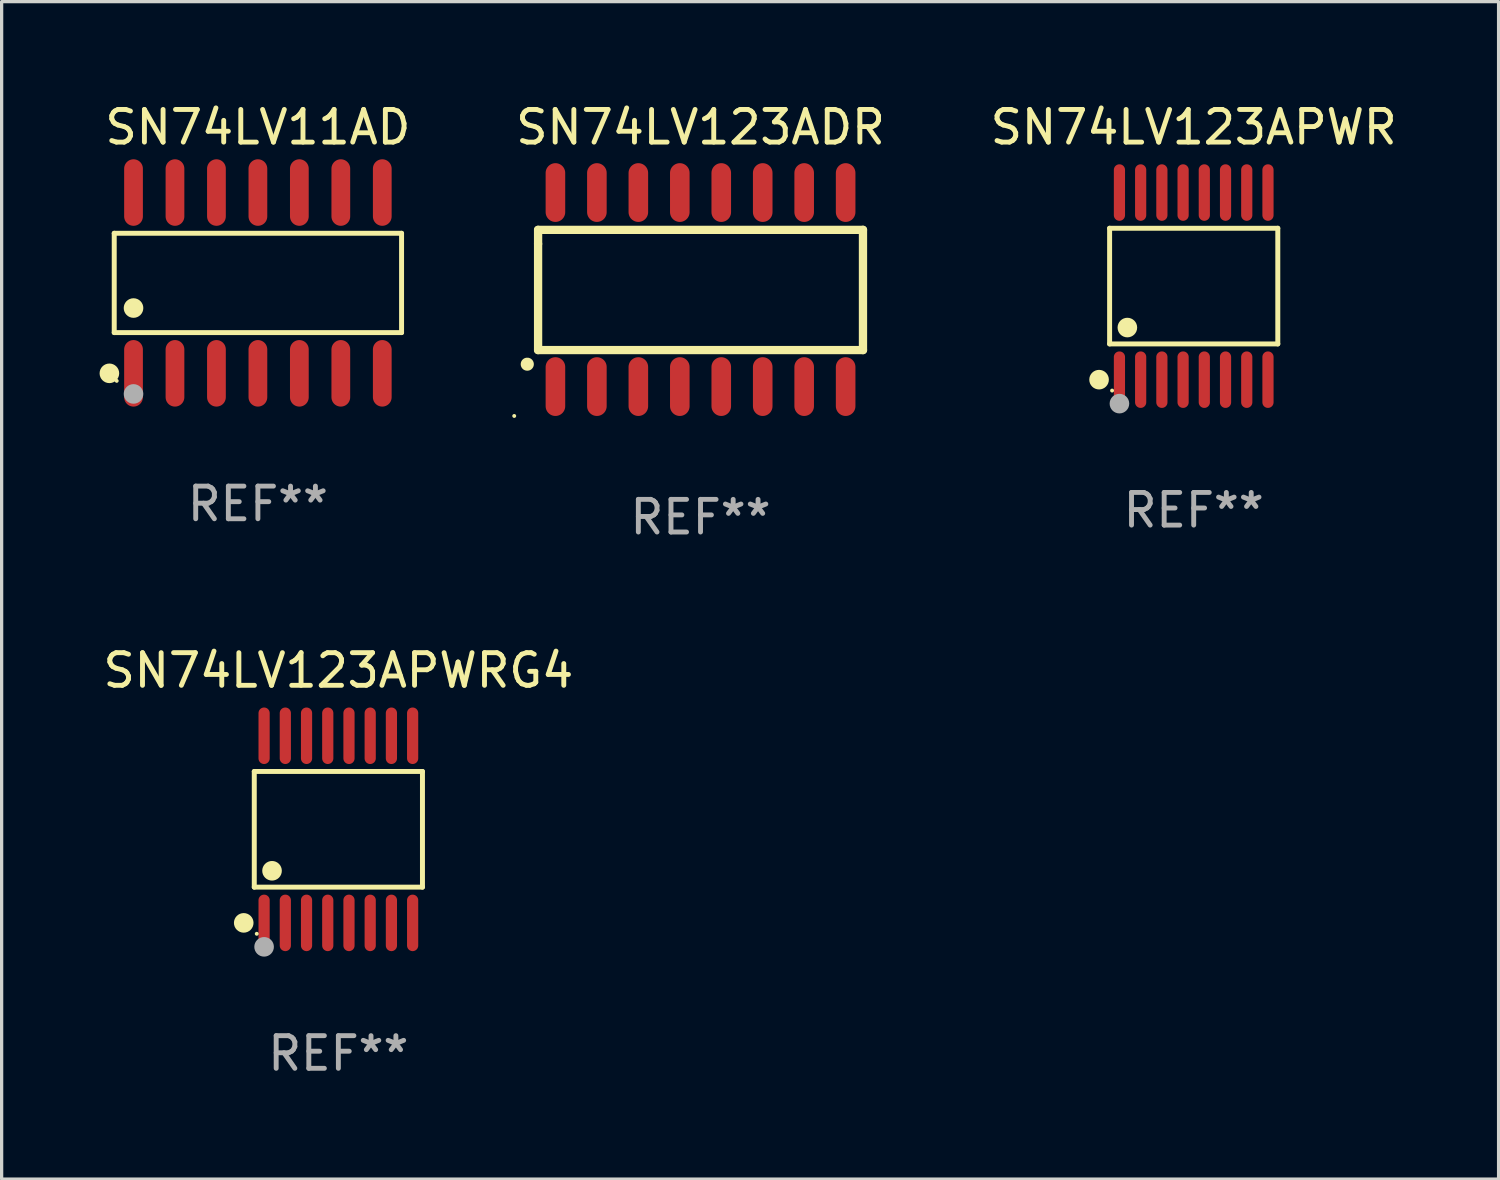
<source format=kicad_pcb>
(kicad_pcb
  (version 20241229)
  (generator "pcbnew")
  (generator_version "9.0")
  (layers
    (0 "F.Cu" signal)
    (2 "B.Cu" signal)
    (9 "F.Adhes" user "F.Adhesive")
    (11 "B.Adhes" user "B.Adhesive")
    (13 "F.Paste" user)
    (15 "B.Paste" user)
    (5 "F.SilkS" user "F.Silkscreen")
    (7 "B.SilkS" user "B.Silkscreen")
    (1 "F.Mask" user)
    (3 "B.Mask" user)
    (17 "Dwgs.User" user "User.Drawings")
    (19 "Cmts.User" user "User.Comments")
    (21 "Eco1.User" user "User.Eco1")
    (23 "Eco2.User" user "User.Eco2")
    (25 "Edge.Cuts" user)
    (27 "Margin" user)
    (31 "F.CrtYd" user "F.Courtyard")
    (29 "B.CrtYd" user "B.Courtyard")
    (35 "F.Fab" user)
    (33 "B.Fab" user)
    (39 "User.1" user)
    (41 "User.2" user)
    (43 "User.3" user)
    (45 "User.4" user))
  (footprint "SN74LV11AD"
    (layer "F.Cu")
    (at 4.85 5.617)
    (property "Reference" "SN74LV11AD" (at 0 -4.769 0) (layer "F.SilkS") (effects (font (size 1 1) (thickness 0.15))))
    (attr through_hole)
    (fp_line (start -4.401 -1.521) (end 4.401 -1.521) (stroke (width 0.152) (type solid)) (layer "F.SilkS"))
    (fp_line (start -4.401 1.521) (end -4.401 -1.521) (stroke (width 0.152) (type solid)) (layer "F.SilkS"))
    (fp_line (start 4.401 -1.521) (end 4.401 1.521) (stroke (width 0.152) (type solid)) (layer "F.SilkS"))
    (fp_line (start 4.401 1.521) (end -4.401 1.521) (stroke (width 0.152) (type solid)) (layer "F.SilkS"))
    (fp_circle (center -4.549 2.769) (end -4.399 2.769) (stroke (width 0.3) (type solid)) (fill no) (layer "F.SilkS"))
    (fp_circle (center -4.325 3) (end -4.295 3) (stroke (width 0.06) (type solid)) (fill no) (layer "F.SilkS"))
    (fp_circle (center -3.81 0.769) (end -3.66 0.769) (stroke (width 0.3) (type solid)) (fill no) (layer "F.SilkS"))
    (fp_circle (center -3.81 3.4) (end -3.66 3.4) (stroke (width 0.3) (type solid)) (fill no) (layer "F.Fab"))
    (fp_text user "REF**" (at 0 6.769 0) (layer "F.Fab") (effects (font (size 1 1) (thickness 0.15))))
    (pad "1" smd oval (at -3.81 2.769) (size 0.574 2.038) (layers "F.Cu" "F.Mask" "F.Paste"))
    (pad "2" smd oval (at -2.54 2.769) (size 0.574 2.038) (layers "F.Cu" "F.Mask" "F.Paste"))
    (pad "3" smd oval (at -1.27 2.769) (size 0.574 2.038) (layers "F.Cu" "F.Mask" "F.Paste"))
    (pad "4" smd oval (at 0 2.769) (size 0.574 2.038) (layers "F.Cu" "F.Mask" "F.Paste"))
    (pad "5" smd oval (at 1.27 2.769) (size 0.574 2.038) (layers "F.Cu" "F.Mask" "F.Paste"))
    (pad "6" smd oval (at 2.54 2.769) (size 0.574 2.038) (layers "F.Cu" "F.Mask" "F.Paste"))
    (pad "7" smd oval (at 3.81 2.769) (size 0.574 2.038) (layers "F.Cu" "F.Mask" "F.Paste"))
    (pad "8" smd oval (at 3.81 -2.769) (size 0.574 2.038) (layers "F.Cu" "F.Mask" "F.Paste"))
    (pad "9" smd oval (at 2.54 -2.769) (size 0.574 2.038) (layers "F.Cu" "F.Mask" "F.Paste"))
    (pad "10" smd oval (at 1.27 -2.769) (size 0.574 2.038) (layers "F.Cu" "F.Mask" "F.Paste"))
    (pad "11" smd oval (at 0 -2.769) (size 0.574 2.038) (layers "F.Cu" "F.Mask" "F.Paste"))
    (pad "12" smd oval (at -1.27 -2.769) (size 0.574 2.038) (layers "F.Cu" "F.Mask" "F.Paste"))
    (pad "13" smd oval (at -2.54 -2.769) (size 0.574 2.038) (layers "F.Cu" "F.Mask" "F.Paste"))
    (pad "14" smd oval (at -3.81 -2.769) (size 0.574 2.038) (layers "F.Cu" "F.Mask" "F.Paste")))
  (footprint "SN74LV123APWRG4"
    (layer "F.Cu")
    (at 7.315 22.354)
    (property "Reference" "SN74LV123APWRG4" (at 0 -4.866 0) (layer "F.SilkS") (effects (font (size 1 1) (thickness 0.15))))
    (attr through_hole)
    (fp_line (start -2.576 -1.772) (end 2.576 -1.772) (stroke (width 0.152) (type solid)) (layer "F.SilkS"))
    (fp_line (start -2.576 1.771) (end -2.576 -1.772) (stroke (width 0.152) (type solid)) (layer "F.SilkS"))
    (fp_line (start 2.576 -1.772) (end 2.576 1.771) (stroke (width 0.152) (type solid)) (layer "F.SilkS"))
    (fp_line (start 2.576 1.771) (end -2.576 1.771) (stroke (width 0.152) (type solid)) (layer "F.SilkS"))
    (fp_circle (center -2.899 2.866) (end -2.749 2.866) (stroke (width 0.3) (type solid)) (fill no) (layer "F.SilkS"))
    (fp_circle (center -2.5 3.2) (end -2.47 3.2) (stroke (width 0.06) (type solid)) (fill no) (layer "F.SilkS"))
    (fp_circle (center -2.032 1.27) (end -1.882 1.27) (stroke (width 0.3) (type solid)) (fill no) (layer "F.SilkS"))
    (fp_circle (center -2.275 3.6) (end -2.125 3.6) (stroke (width 0.3) (type solid)) (fill no) (layer "F.Fab"))
    (fp_text user "REF**" (at 0 6.866 0) (layer "F.Fab") (effects (font (size 1 1) (thickness 0.15))))
    (pad "1" smd oval (at -2.275 2.866) (size 0.343 1.731) (layers "F.Cu" "F.Mask" "F.Paste"))
    (pad "2" smd oval (at -1.625 2.866) (size 0.343 1.731) (layers "F.Cu" "F.Mask" "F.Paste"))
    (pad "3" smd oval (at -0.975 2.866) (size 0.343 1.731) (layers "F.Cu" "F.Mask" "F.Paste"))
    (pad "4" smd oval (at -0.325 2.866) (size 0.343 1.731) (layers "F.Cu" "F.Mask" "F.Paste"))
    (pad "5" smd oval (at 0.325 2.866) (size 0.343 1.731) (layers "F.Cu" "F.Mask" "F.Paste"))
    (pad "6" smd oval (at 0.975 2.866) (size 0.343 1.731) (layers "F.Cu" "F.Mask" "F.Paste"))
    (pad "7" smd oval (at 1.625 2.866) (size 0.343 1.731) (layers "F.Cu" "F.Mask" "F.Paste"))
    (pad "8" smd oval (at 2.275 2.866) (size 0.343 1.731) (layers "F.Cu" "F.Mask" "F.Paste"))
    (pad "9" smd oval (at 2.275 -2.866) (size 0.343 1.731) (layers "F.Cu" "F.Mask" "F.Paste"))
    (pad "10" smd oval (at 1.625 -2.866) (size 0.343 1.731) (layers "F.Cu" "F.Mask" "F.Paste"))
    (pad "11" smd oval (at 0.975 -2.866) (size 0.343 1.731) (layers "F.Cu" "F.Mask" "F.Paste"))
    (pad "12" smd oval (at 0.325 -2.866) (size 0.343 1.731) (layers "F.Cu" "F.Mask" "F.Paste"))
    (pad "13" smd oval (at -0.325 -2.866) (size 0.343 1.731) (layers "F.Cu" "F.Mask" "F.Paste"))
    (pad "14" smd oval (at -0.975 -2.866) (size 0.343 1.731) (layers "F.Cu" "F.Mask" "F.Paste"))
    (pad "15" smd oval (at -1.625 -2.866) (size 0.343 1.731) (layers "F.Cu" "F.Mask" "F.Paste"))
    (pad "16" smd oval (at -2.275 -2.866) (size 0.343 1.731) (layers "F.Cu" "F.Mask" "F.Paste")))
  (footprint "SN74LV123APWR"
    (layer "F.Cu")
    (at 33.516 5.714)
    (property "Reference" "SN74LV123APWR" (at 0 -4.866 0) (layer "F.SilkS") (effects (font (size 1 1) (thickness 0.15))))
    (attr through_hole)
    (fp_line (start -2.576 -1.772) (end 2.576 -1.772) (stroke (width 0.152) (type solid)) (layer "F.SilkS"))
    (fp_line (start -2.576 1.771) (end -2.576 -1.772) (stroke (width 0.152) (type solid)) (layer "F.SilkS"))
    (fp_line (start 2.576 -1.772) (end 2.576 1.771) (stroke (width 0.152) (type solid)) (layer "F.SilkS"))
    (fp_line (start 2.576 1.771) (end -2.576 1.771) (stroke (width 0.152) (type solid)) (layer "F.SilkS"))
    (fp_circle (center -2.899 2.866) (end -2.749 2.866) (stroke (width 0.3) (type solid)) (fill no) (layer "F.SilkS"))
    (fp_circle (center -2.5 3.2) (end -2.47 3.2) (stroke (width 0.06) (type solid)) (fill no) (layer "F.SilkS"))
    (fp_circle (center -2.032 1.27) (end -1.882 1.27) (stroke (width 0.3) (type solid)) (fill no) (layer "F.SilkS"))
    (fp_circle (center -2.275 3.6) (end -2.125 3.6) (stroke (width 0.3) (type solid)) (fill no) (layer "F.Fab"))
    (fp_text user "REF**" (at 0 6.866 0) (layer "F.Fab") (effects (font (size 1 1) (thickness 0.15))))
    (pad "1" smd oval (at -2.275 2.866) (size 0.343 1.731) (layers "F.Cu" "F.Mask" "F.Paste"))
    (pad "2" smd oval (at -1.625 2.866) (size 0.343 1.731) (layers "F.Cu" "F.Mask" "F.Paste"))
    (pad "3" smd oval (at -0.975 2.866) (size 0.343 1.731) (layers "F.Cu" "F.Mask" "F.Paste"))
    (pad "4" smd oval (at -0.325 2.866) (size 0.343 1.731) (layers "F.Cu" "F.Mask" "F.Paste"))
    (pad "5" smd oval (at 0.325 2.866) (size 0.343 1.731) (layers "F.Cu" "F.Mask" "F.Paste"))
    (pad "6" smd oval (at 0.975 2.866) (size 0.343 1.731) (layers "F.Cu" "F.Mask" "F.Paste"))
    (pad "7" smd oval (at 1.625 2.866) (size 0.343 1.731) (layers "F.Cu" "F.Mask" "F.Paste"))
    (pad "8" smd oval (at 2.275 2.866) (size 0.343 1.731) (layers "F.Cu" "F.Mask" "F.Paste"))
    (pad "9" smd oval (at 2.275 -2.866) (size 0.343 1.731) (layers "F.Cu" "F.Mask" "F.Paste"))
    (pad "10" smd oval (at 1.625 -2.866) (size 0.343 1.731) (layers "F.Cu" "F.Mask" "F.Paste"))
    (pad "11" smd oval (at 0.975 -2.866) (size 0.343 1.731) (layers "F.Cu" "F.Mask" "F.Paste"))
    (pad "12" smd oval (at 0.325 -2.866) (size 0.343 1.731) (layers "F.Cu" "F.Mask" "F.Paste"))
    (pad "13" smd oval (at -0.325 -2.866) (size 0.343 1.731) (layers "F.Cu" "F.Mask" "F.Paste"))
    (pad "14" smd oval (at -0.975 -2.866) (size 0.343 1.731) (layers "F.Cu" "F.Mask" "F.Paste"))
    (pad "15" smd oval (at -1.625 -2.866) (size 0.343 1.731) (layers "F.Cu" "F.Mask" "F.Paste"))
    (pad "16" smd oval (at -2.275 -2.866) (size 0.343 1.731) (layers "F.Cu" "F.Mask" "F.Paste")))
  (footprint "SN74LV123ADR"
    (layer "F.Cu")
    (at 18.409 5.82)
    (property "Reference" "SN74LV123ADR" (at 0 -4.972 0) (layer "F.SilkS") (effects (font (size 1 1) (thickness 0.15))))
    (attr through_hole)
    (fp_line (start -4.976 -1.829) (end -4.976 -1.4) (stroke (width 0.254) (type solid)) (layer "F.SilkS"))
    (fp_line (start -4.976 -1.4) (end -4.976 1.854) (stroke (width 0.254) (type solid)) (layer "F.SilkS"))
    (fp_line (start -4.976 1.854) (end 4.976 1.854) (stroke (width 0.254) (type solid)) (layer "F.SilkS"))
    (fp_line (start 4.976 -1.829) (end -4.976 -1.829) (stroke (width 0.254) (type solid)) (layer "F.SilkS"))
    (fp_line (start 4.976 1.854) (end 4.976 -1.829) (stroke (width 0.254) (type solid)) (layer "F.SilkS"))
    (fp_arc (start -5.308611 2.286005) (mid -5.307341 2.286001) (end -5.306071 2.286005) (stroke (width 0.4) (type solid)) (layer "F.SilkS"))
    (fp_circle (center -5.707 3.872) (end -5.677 3.872) (stroke (width 0.06) (type solid)) (fill no) (layer "F.SilkS"))
    (fp_text user "REF**" (at 0 6.972 0) (layer "F.Fab") (effects (font (size 1 1) (thickness 0.15))))
    (pad "1" smd oval (at -4.445 2.972 180) (size 0.6 1.8) (layers "F.Cu" "F.Mask" "F.Paste"))
    (pad "2" smd oval (at -3.175 2.972 180) (size 0.6 1.8) (layers "F.Cu" "F.Mask" "F.Paste"))
    (pad "3" smd oval (at -1.905 2.972 180) (size 0.6 1.8) (layers "F.Cu" "F.Mask" "F.Paste"))
    (pad "4" smd oval (at -0.635 2.972 180) (size 0.6 1.8) (layers "F.Cu" "F.Mask" "F.Paste"))
    (pad "5" smd oval (at 0.635 2.972 180) (size 0.6 1.8) (layers "F.Cu" "F.Mask" "F.Paste"))
    (pad "6" smd oval (at 1.905 2.972 180) (size 0.6 1.8) (layers "F.Cu" "F.Mask" "F.Paste"))
    (pad "7" smd oval (at 3.175 2.972 180) (size 0.6 1.8) (layers "F.Cu" "F.Mask" "F.Paste"))
    (pad "8" smd oval (at 4.445 2.972 180) (size 0.6 1.8) (layers "F.Cu" "F.Mask" "F.Paste"))
    (pad "9" smd oval (at 4.445 -2.972 180) (size 0.6 1.8) (layers "F.Cu" "F.Mask" "F.Paste"))
    (pad "10" smd oval (at 3.175 -2.972 180) (size 0.6 1.8) (layers "F.Cu" "F.Mask" "F.Paste"))
    (pad "11" smd oval (at 1.905 -2.972 180) (size 0.6 1.8) (layers "F.Cu" "F.Mask" "F.Paste"))
    (pad "12" smd oval (at 0.635 -2.972 180) (size 0.6 1.8) (layers "F.Cu" "F.Mask" "F.Paste"))
    (pad "13" smd oval (at -0.635 -2.972 180) (size 0.6 1.8) (layers "F.Cu" "F.Mask" "F.Paste"))
    (pad "14" smd oval (at -1.905 -2.972 180) (size 0.6 1.8) (layers "F.Cu" "F.Mask" "F.Paste"))
    (pad "15" smd oval (at -3.175 -2.972 180) (size 0.6 1.8) (layers "F.Cu" "F.Mask" "F.Paste"))
    (pad "16" smd oval (at -4.445 -2.972 180) (size 0.6 1.8) (layers "F.Cu" "F.Mask" "F.Paste")))
  (gr_rect
    (start -3 -3)
    (end 42.855 33.068)
    (stroke (width 0.1) (type default))
    (fill no)
    (layer "Edge.Cuts")))
</source>
